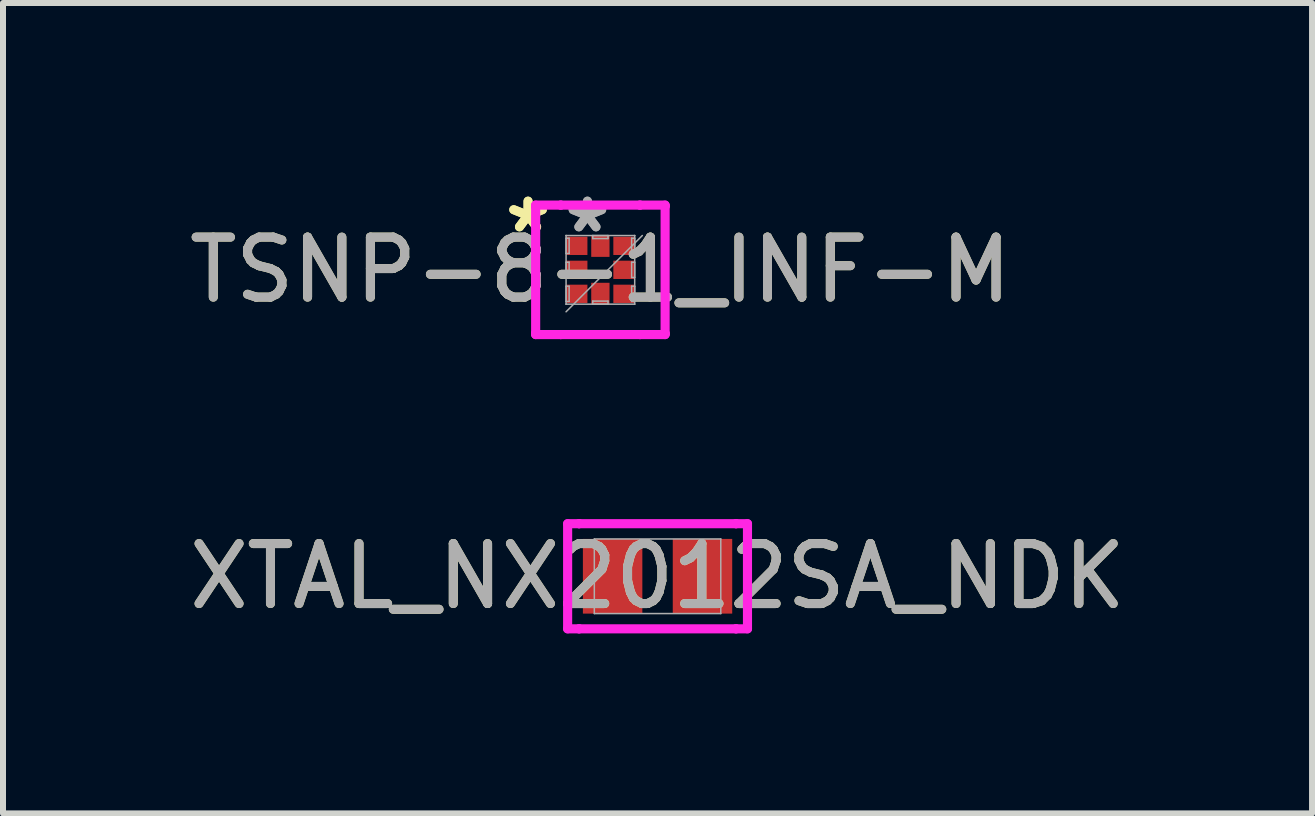
<source format=kicad_pcb>
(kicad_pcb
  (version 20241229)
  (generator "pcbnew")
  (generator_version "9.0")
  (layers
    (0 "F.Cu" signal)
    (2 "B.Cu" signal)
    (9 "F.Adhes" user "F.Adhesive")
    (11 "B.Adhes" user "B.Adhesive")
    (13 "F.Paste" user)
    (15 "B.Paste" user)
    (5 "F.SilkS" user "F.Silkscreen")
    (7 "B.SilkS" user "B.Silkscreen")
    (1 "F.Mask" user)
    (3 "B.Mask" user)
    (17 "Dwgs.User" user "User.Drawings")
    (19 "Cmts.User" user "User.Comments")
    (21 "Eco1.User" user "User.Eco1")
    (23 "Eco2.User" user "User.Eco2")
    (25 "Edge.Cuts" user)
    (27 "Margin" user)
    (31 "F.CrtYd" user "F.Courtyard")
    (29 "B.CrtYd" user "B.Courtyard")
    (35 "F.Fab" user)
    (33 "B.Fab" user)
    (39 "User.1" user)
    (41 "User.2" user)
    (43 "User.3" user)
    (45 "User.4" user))
  (footprint "XTAL_NX2012SA_NDK"
    (layer "F.Cu")
    (at 7.911 6.556)
    (property "Reference" "XTAL_NX2012SA_NDK" (at 0 0 0) (unlocked yes) (layer "F.SilkS") (effects (font (size 1 1) (thickness 0.15))))
    (attr smd)
    (fp_line (start -1.499 -0.876) (end -1.308 -0.876) (stroke (width 0.152) (type solid)) (layer "F.CrtYd"))
    (fp_line (start -1.499 0.876) (end -1.499 -0.876) (stroke (width 0.152) (type solid)) (layer "F.CrtYd"))
    (fp_line (start -1.308 -0.876) (end -1.308 -0.876) (stroke (width 0.152) (type solid)) (layer "F.CrtYd"))
    (fp_line (start -1.308 -0.876) (end 1.308 -0.876) (stroke (width 0.152) (type solid)) (layer "F.CrtYd"))
    (fp_line (start -1.308 0.876) (end -1.499 0.876) (stroke (width 0.152) (type solid)) (layer "F.CrtYd"))
    (fp_line (start -1.308 0.876) (end -1.308 0.876) (stroke (width 0.152) (type solid)) (layer "F.CrtYd"))
    (fp_line (start 1.308 -0.876) (end 1.308 -0.876) (stroke (width 0.152) (type solid)) (layer "F.CrtYd"))
    (fp_line (start 1.308 -0.876) (end 1.499 -0.876) (stroke (width 0.152) (type solid)) (layer "F.CrtYd"))
    (fp_line (start 1.308 0.876) (end -1.308 0.876) (stroke (width 0.152) (type solid)) (layer "F.CrtYd"))
    (fp_line (start 1.308 0.876) (end 1.308 0.876) (stroke (width 0.152) (type solid)) (layer "F.CrtYd"))
    (fp_line (start 1.499 -0.876) (end 1.499 0.876) (stroke (width 0.152) (type solid)) (layer "F.CrtYd"))
    (fp_line (start 1.499 0.876) (end 1.308 0.876) (stroke (width 0.152) (type solid)) (layer "F.CrtYd"))
    (fp_line (start -1.054 -0.622) (end -1.054 0.622) (stroke (width 0.025) (type solid)) (layer "F.Fab"))
    (fp_line (start -1.054 0.622) (end 1.054 0.622) (stroke (width 0.025) (type solid)) (layer "F.Fab"))
    (fp_line (start 1.054 -0.622) (end -1.054 -0.622) (stroke (width 0.025) (type solid)) (layer "F.Fab"))
    (fp_line (start 1.054 0.622) (end 1.054 -0.622) (stroke (width 0.025) (type solid)) (layer "F.Fab"))
    (fp_text user "${REFERENCE}" (at 0 0 0) (unlocked yes) (layer "F.Fab") (effects (font (size 1 1) (thickness 0.15))))
    (pad "1" smd rect (at -0.749 0) (size 0.991 1.245) (layers "F.Cu" "F.Mask" "F.Paste"))
    (pad "2" smd rect (at 0.749 0) (size 0.991 1.245) (layers "F.Cu" "F.Mask" "F.Paste"))
    (zone (net_name "") (layer "F.Cu") (hatch full 0.508) (connect_pads) (min_thickness 0.254) (filled_areas_thickness no) (keepout (tracks not_allowed) (vias not_allowed) (pads allowed) (copperpour not_allowed) (footprints allowed)) (placement (enabled no)) (fill) (polygon (pts (xy 7.708 5.985) (xy 8.114 5.985) (xy 8.114 7.128) (xy 7.708 7.128)))))
  (footprint "TSNP-8-1_INF-M"
    (layer "F.Cu")
    (at 6.958 1.448)
    (property "Reference" "TSNP-8-1_INF-M" (at 0 0 0) (unlocked yes) (layer "F.SilkS") (effects (font (size 1 1) (thickness 0.15))))
    (attr smd)
    (fp_line (start -1.079 -1.079) (end -0.66 -1.079) (stroke (width 0.152) (type solid)) (layer "F.CrtYd"))
    (fp_line (start -1.079 -1.06) (end -1.079 -1.079) (stroke (width 0.152) (type solid)) (layer "F.CrtYd"))
    (fp_line (start -1.079 -1.06) (end -1.079 -1.06) (stroke (width 0.152) (type solid)) (layer "F.CrtYd"))
    (fp_line (start -1.079 1.06) (end -1.079 -1.06) (stroke (width 0.152) (type solid)) (layer "F.CrtYd"))
    (fp_line (start -1.079 1.06) (end -1.079 1.06) (stroke (width 0.152) (type solid)) (layer "F.CrtYd"))
    (fp_line (start -1.079 1.079) (end -1.079 1.06) (stroke (width 0.152) (type solid)) (layer "F.CrtYd"))
    (fp_line (start -0.66 -1.079) (end -0.66 -1.079) (stroke (width 0.152) (type solid)) (layer "F.CrtYd"))
    (fp_line (start -0.66 -1.079) (end 0.66 -1.079) (stroke (width 0.152) (type solid)) (layer "F.CrtYd"))
    (fp_line (start -0.66 1.079) (end -1.079 1.079) (stroke (width 0.152) (type solid)) (layer "F.CrtYd"))
    (fp_line (start -0.66 1.079) (end -0.66 1.079) (stroke (width 0.152) (type solid)) (layer "F.CrtYd"))
    (fp_line (start 0.66 -1.079) (end 0.66 -1.079) (stroke (width 0.152) (type solid)) (layer "F.CrtYd"))
    (fp_line (start 0.66 -1.079) (end 1.079 -1.079) (stroke (width 0.152) (type solid)) (layer "F.CrtYd"))
    (fp_line (start 0.66 1.079) (end -0.66 1.079) (stroke (width 0.152) (type solid)) (layer "F.CrtYd"))
    (fp_line (start 0.66 1.079) (end 0.66 1.079) (stroke (width 0.152) (type solid)) (layer "F.CrtYd"))
    (fp_line (start 1.079 -1.079) (end 1.079 -1.06) (stroke (width 0.152) (type solid)) (layer "F.CrtYd"))
    (fp_line (start 1.079 -1.06) (end 1.079 -1.06) (stroke (width 0.152) (type solid)) (layer "F.CrtYd"))
    (fp_line (start 1.079 -1.06) (end 1.079 1.06) (stroke (width 0.152) (type solid)) (layer "F.CrtYd"))
    (fp_line (start 1.079 1.06) (end 1.079 1.06) (stroke (width 0.152) (type solid)) (layer "F.CrtYd"))
    (fp_line (start 1.079 1.06) (end 1.079 1.079) (stroke (width 0.152) (type solid)) (layer "F.CrtYd"))
    (fp_line (start 1.079 1.079) (end 0.66 1.079) (stroke (width 0.152) (type solid)) (layer "F.CrtYd"))
    (fp_line (start -0.572 -0.572) (end -0.572 -0.572) (stroke (width 0.025) (type solid)) (layer "F.Fab"))
    (fp_line (start -0.572 -0.572) (end -0.572 0.572) (stroke (width 0.025) (type solid)) (layer "F.Fab"))
    (fp_line (start -0.572 -0.527) (end -0.521 -0.527) (stroke (width 0.025) (type solid)) (layer "F.Fab"))
    (fp_line (start -0.572 -0.273) (end -0.572 -0.527) (stroke (width 0.025) (type solid)) (layer "F.Fab"))
    (fp_line (start -0.572 -0.127) (end -0.521 -0.127) (stroke (width 0.025) (type solid)) (layer "F.Fab"))
    (fp_line (start -0.572 0.127) (end -0.572 -0.127) (stroke (width 0.025) (type solid)) (layer "F.Fab"))
    (fp_line (start -0.572 0.273) (end -0.521 0.273) (stroke (width 0.025) (type solid)) (layer "F.Fab"))
    (fp_line (start -0.572 0.527) (end -0.572 0.273) (stroke (width 0.025) (type solid)) (layer "F.Fab"))
    (fp_line (start -0.572 0.572) (end -0.572 0.572) (stroke (width 0.025) (type solid)) (layer "F.Fab"))
    (fp_line (start -0.572 0.572) (end 0.572 0.572) (stroke (width 0.025) (type solid)) (layer "F.Fab"))
    (fp_line (start -0.572 0.699) (end 0.699 -0.572) (stroke (width 0.025) (type solid)) (layer "F.Fab"))
    (fp_line (start -0.521 -0.527) (end -0.521 -0.273) (stroke (width 0.025) (type solid)) (layer "F.Fab"))
    (fp_line (start -0.521 -0.273) (end -0.572 -0.273) (stroke (width 0.025) (type solid)) (layer "F.Fab"))
    (fp_line (start -0.521 -0.127) (end -0.521 0.127) (stroke (width 0.025) (type solid)) (layer "F.Fab"))
    (fp_line (start -0.521 0.127) (end -0.572 0.127) (stroke (width 0.025) (type solid)) (layer "F.Fab"))
    (fp_line (start -0.521 0.273) (end -0.521 0.527) (stroke (width 0.025) (type solid)) (layer "F.Fab"))
    (fp_line (start -0.521 0.527) (end -0.572 0.527) (stroke (width 0.025) (type solid)) (layer "F.Fab"))
    (fp_line (start -0.127 -0.572) (end 0.127 -0.572) (stroke (width 0.025) (type solid)) (layer "F.Fab"))
    (fp_line (start -0.127 -0.521) (end -0.127 -0.572) (stroke (width 0.025) (type solid)) (layer "F.Fab"))
    (fp_line (start -0.127 0.521) (end 0.127 0.521) (stroke (width 0.025) (type solid)) (layer "F.Fab"))
    (fp_line (start -0.127 0.572) (end -0.127 0.521) (stroke (width 0.025) (type solid)) (layer "F.Fab"))
    (fp_line (start 0.127 -0.572) (end 0.127 -0.521) (stroke (width 0.025) (type solid)) (layer "F.Fab"))
    (fp_line (start 0.127 -0.521) (end -0.127 -0.521) (stroke (width 0.025) (type solid)) (layer "F.Fab"))
    (fp_line (start 0.127 0.521) (end 0.127 0.572) (stroke (width 0.025) (type solid)) (layer "F.Fab"))
    (fp_line (start 0.127 0.572) (end -0.127 0.572) (stroke (width 0.025) (type solid)) (layer "F.Fab"))
    (fp_line (start 0.521 -0.527) (end 0.572 -0.527) (stroke (width 0.025) (type solid)) (layer "F.Fab"))
    (fp_line (start 0.521 -0.273) (end 0.521 -0.527) (stroke (width 0.025) (type solid)) (layer "F.Fab"))
    (fp_line (start 0.521 -0.127) (end 0.572 -0.127) (stroke (width 0.025) (type solid)) (layer "F.Fab"))
    (fp_line (start 0.521 0.127) (end 0.521 -0.127) (stroke (width 0.025) (type solid)) (layer "F.Fab"))
    (fp_line (start 0.521 0.273) (end 0.572 0.273) (stroke (width 0.025) (type solid)) (layer "F.Fab"))
    (fp_line (start 0.521 0.527) (end 0.521 0.273) (stroke (width 0.025) (type solid)) (layer "F.Fab"))
    (fp_line (start 0.572 -0.572) (end -0.572 -0.572) (stroke (width 0.025) (type solid)) (layer "F.Fab"))
    (fp_line (start 0.572 -0.572) (end 0.572 -0.572) (stroke (width 0.025) (type solid)) (layer "F.Fab"))
    (fp_line (start 0.572 -0.527) (end 0.572 -0.273) (stroke (width 0.025) (type solid)) (layer "F.Fab"))
    (fp_line (start 0.572 -0.273) (end 0.521 -0.273) (stroke (width 0.025) (type solid)) (layer "F.Fab"))
    (fp_line (start 0.572 -0.127) (end 0.572 0.127) (stroke (width 0.025) (type solid)) (layer "F.Fab"))
    (fp_line (start 0.572 0.127) (end 0.521 0.127) (stroke (width 0.025) (type solid)) (layer "F.Fab"))
    (fp_line (start 0.572 0.273) (end 0.572 0.527) (stroke (width 0.025) (type solid)) (layer "F.Fab"))
    (fp_line (start 0.572 0.527) (end 0.521 0.527) (stroke (width 0.025) (type solid)) (layer "F.Fab"))
    (fp_line (start 0.572 0.572) (end 0.572 -0.572) (stroke (width 0.025) (type solid)) (layer "F.Fab"))
    (fp_line (start 0.572 0.572) (end 0.572 0.572) (stroke (width 0.025) (type solid)) (layer "F.Fab"))
    (fp_text user "*" (at -1.206 -0.6 0) (unlocked yes) (layer "F.SilkS") (effects (font (size 1 1) (thickness 0.15))))
    (fp_text user "*" (at -1.206 -0.6 0) (layer "F.SilkS") (effects (font (size 1 1) (thickness 0.15))))
    (fp_text user "*" (at -0.216 -0.6 0) (unlocked yes) (layer "F.Fab") (effects (font (size 1 1) (thickness 0.15))))
    (fp_text user "*" (at -0.216 -0.6 0) (layer "F.Fab") (effects (font (size 1 1) (thickness 0.15))))
    (fp_text user "${REFERENCE}" (at 0 0 0) (unlocked yes) (layer "F.Fab") (effects (font (size 1 1) (thickness 0.15))))
    (pad "1" smd rect (at -0.394 -0.4 90) (size 0.305 0.356) (layers "F.Cu" "F.Mask" "F.Paste"))
    (pad "2" smd rect (at -0.394 0 90) (size 0.305 0.356) (layers "F.Cu" "F.Mask" "F.Paste"))
    (pad "3" smd rect (at -0.394 0.4 90) (size 0.305 0.356) (layers "F.Cu" "F.Mask" "F.Paste"))
    (pad "4" smd rect (at 0 0.394) (size 0.305 0.356) (layers "F.Cu" "F.Mask" "F.Paste"))
    (pad "5" smd rect (at 0.394 0.4 90) (size 0.305 0.356) (layers "F.Cu" "F.Mask" "F.Paste"))
    (pad "6" smd rect (at 0.394 0 90) (size 0.305 0.356) (layers "F.Cu" "F.Mask" "F.Paste"))
    (pad "7" smd rect (at 0.394 -0.4 90) (size 0.305 0.356) (layers "F.Cu" "F.Mask" "F.Paste"))
    (pad "8" smd rect (at 0 -0.394) (size 0.305 0.356) (layers "F.Cu" "F.Mask" "F.Paste")))
  (gr_rect
    (start -3 -3)
    (end 18.821 10.509)
    (stroke (width 0.1) (type default))
    (fill no)
    (layer "Edge.Cuts")))
</source>
